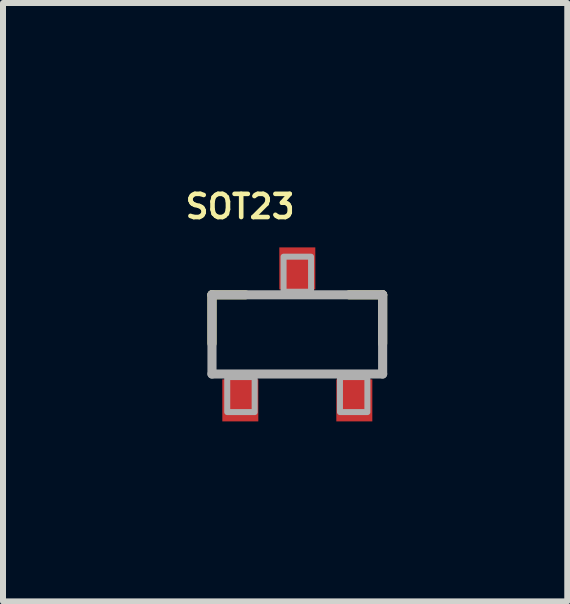
<source format=kicad_pcb>
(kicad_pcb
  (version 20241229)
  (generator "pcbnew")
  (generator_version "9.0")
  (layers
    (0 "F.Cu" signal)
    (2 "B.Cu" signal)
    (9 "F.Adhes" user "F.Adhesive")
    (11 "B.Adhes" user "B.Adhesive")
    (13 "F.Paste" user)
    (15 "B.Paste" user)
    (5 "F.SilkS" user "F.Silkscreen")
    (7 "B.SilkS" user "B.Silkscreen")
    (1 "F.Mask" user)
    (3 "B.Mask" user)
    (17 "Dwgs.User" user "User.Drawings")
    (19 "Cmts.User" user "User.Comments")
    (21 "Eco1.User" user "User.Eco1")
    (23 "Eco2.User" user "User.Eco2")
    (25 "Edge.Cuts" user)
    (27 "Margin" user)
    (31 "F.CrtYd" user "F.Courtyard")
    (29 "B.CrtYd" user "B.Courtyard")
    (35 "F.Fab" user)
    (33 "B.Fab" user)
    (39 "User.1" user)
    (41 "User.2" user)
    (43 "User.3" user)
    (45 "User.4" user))
  (footprint "SOT23"
    (layer "F.Cu")
    (at 1.905 2.523)
    (property "Reference" "SOT23" (at -1.905 -1.905 0) (layer "F.SilkS") (effects (font (size 0.386 0.386) (thickness 0.077)) (justify left bottom)))
    (attr through_hole)
    (fp_line (start -1.422 -0.66) (end -0.864 -0.66) (stroke (width 0.152) (type solid)) (layer "F.SilkS"))
    (fp_line (start -1.422 0.152) (end -1.422 -0.66) (stroke (width 0.152) (type solid)) (layer "F.SilkS"))
    (fp_line (start 0.864 -0.66) (end 1.422 -0.66) (stroke (width 0.152) (type solid)) (layer "F.SilkS"))
    (fp_line (start 1.422 -0.66) (end 1.422 0.152) (stroke (width 0.152) (type solid)) (layer "F.SilkS"))
    (fp_line (start -1.422 -0.66) (end 1.422 -0.66) (stroke (width 0.152) (type solid)) (layer "F.Fab"))
    (fp_line (start -1.422 0.66) (end -1.422 -0.66) (stroke (width 0.152) (type solid)) (layer "F.Fab"))
    (fp_line (start 1.422 -0.66) (end 1.422 0.66) (stroke (width 0.152) (type solid)) (layer "F.Fab"))
    (fp_line (start 1.422 0.66) (end -1.422 0.66) (stroke (width 0.152) (type solid)) (layer "F.Fab"))
    (fp_poly (pts (xy -1.168 1.295) (xy -0.711 1.295) (xy -0.711 0.711) (xy -1.168 0.711)) (stroke (width 0.1) (type solid)) (fill no) (layer "F.Fab"))
    (fp_poly (pts (xy -0.229 -0.711) (xy 0.229 -0.711) (xy 0.229 -1.295) (xy -0.229 -1.295)) (stroke (width 0.1) (type solid)) (fill no) (layer "F.Fab"))
    (fp_poly (pts (xy 0.711 1.295) (xy 1.168 1.295) (xy 1.168 0.711) (xy 0.711 0.711)) (stroke (width 0.1) (type solid)) (fill no) (layer "F.Fab"))
    (pad "1" smd rect (at -0.95 1.1) (size 0.6 0.7) (layers "F.Cu" "F.Mask" "F.Paste"))
    (pad "2" smd rect (at 0.95 1.1) (size 0.6 0.7) (layers "F.Cu" "F.Mask" "F.Paste"))
    (pad "3" smd rect (at 0 -1.1) (size 0.6 0.7) (layers "F.Cu" "F.Mask" "F.Paste")))
  (gr_rect
    (start -3 -3)
    (end 6.404 6.973)
    (stroke (width 0.1) (type default))
    (fill no)
    (layer "Edge.Cuts")))
</source>
